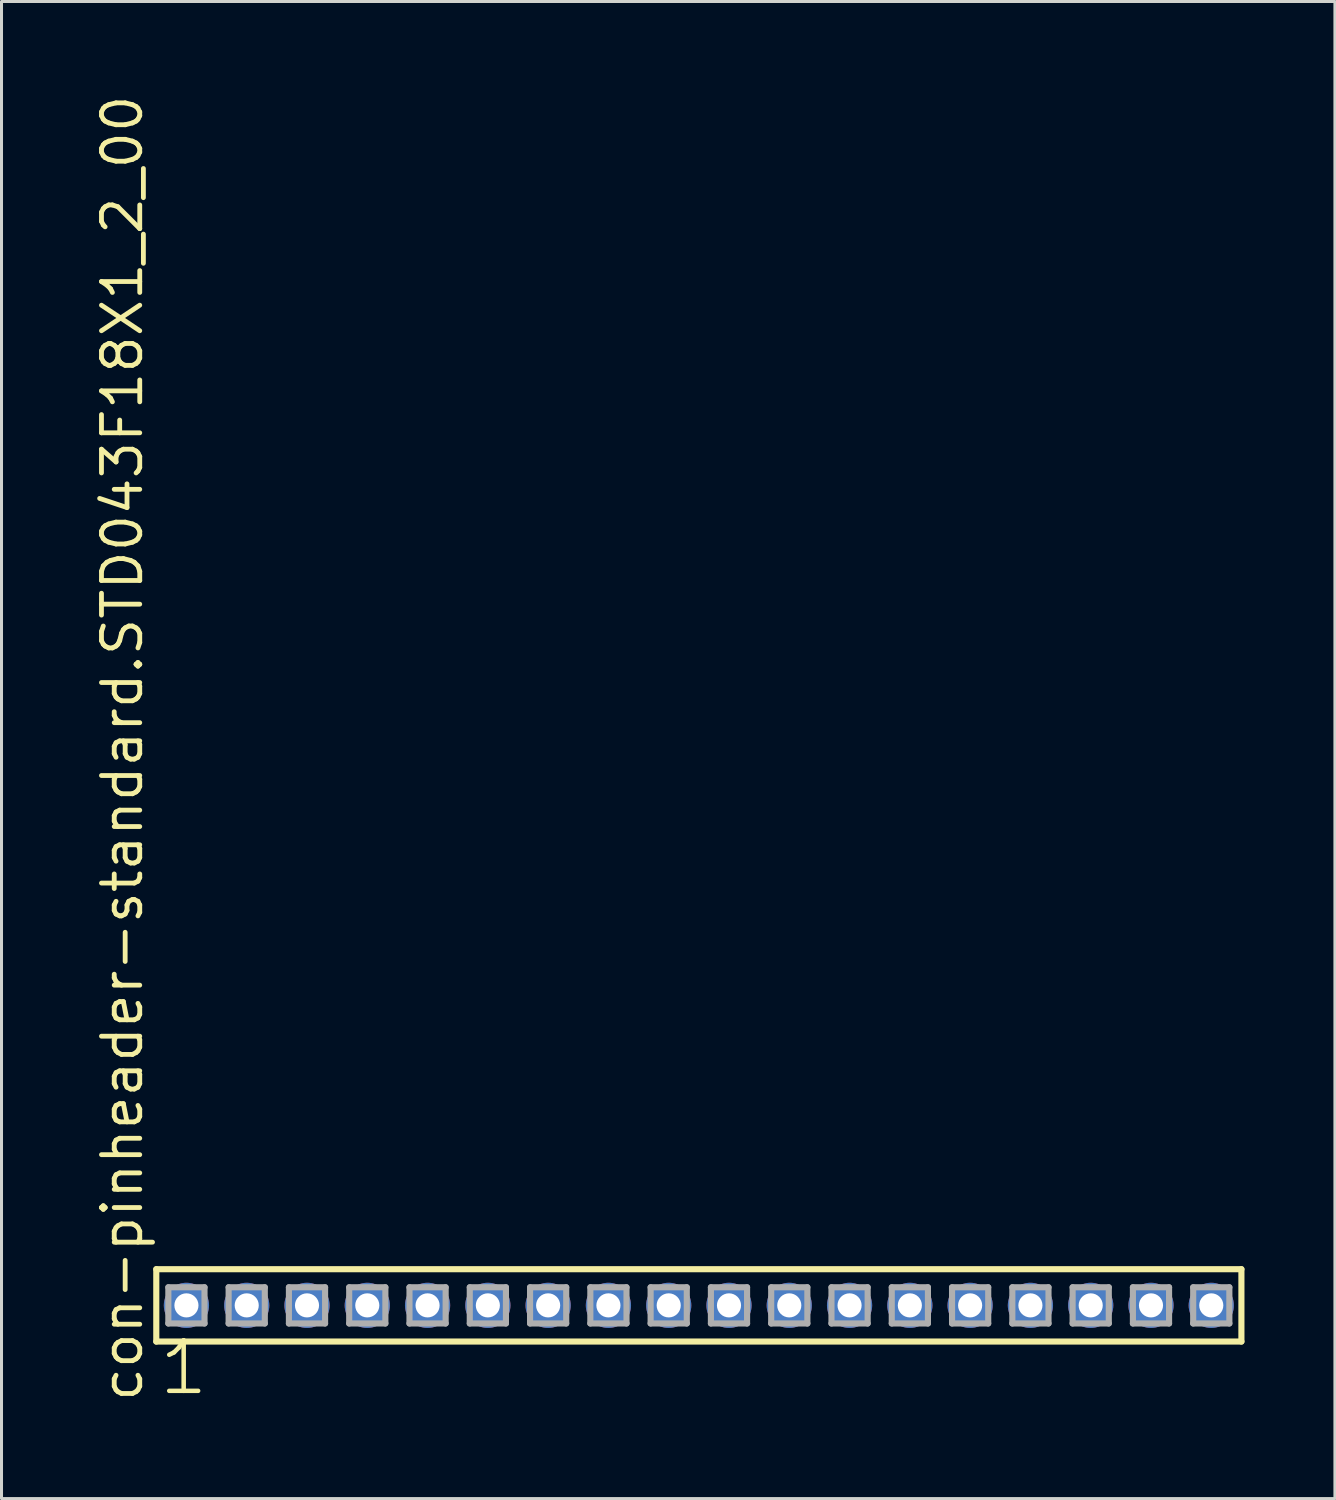
<source format=kicad_pcb>
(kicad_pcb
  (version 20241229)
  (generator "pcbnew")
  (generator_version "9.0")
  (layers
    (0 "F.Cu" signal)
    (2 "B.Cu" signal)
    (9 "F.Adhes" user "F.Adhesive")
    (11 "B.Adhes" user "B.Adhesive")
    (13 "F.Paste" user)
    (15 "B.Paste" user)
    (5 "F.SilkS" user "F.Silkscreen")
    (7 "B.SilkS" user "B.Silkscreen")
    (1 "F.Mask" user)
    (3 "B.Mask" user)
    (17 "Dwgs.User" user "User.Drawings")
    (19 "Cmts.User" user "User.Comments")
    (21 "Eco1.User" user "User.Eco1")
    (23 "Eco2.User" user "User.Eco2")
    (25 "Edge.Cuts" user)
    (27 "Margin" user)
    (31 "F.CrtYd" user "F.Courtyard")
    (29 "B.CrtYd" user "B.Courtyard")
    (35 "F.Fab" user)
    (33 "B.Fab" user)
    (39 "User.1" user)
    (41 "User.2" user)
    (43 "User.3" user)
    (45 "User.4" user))
  (footprint "con-pinheader-standard.STD043F18X1_2_00"
    (layer "F.Cu")
    (at 20.135 40.257)
    (property "Reference" "con-pinheader-standard.STD043F18X1_2_00" (at -18.385 3.27 90) (layer "F.SilkS") (effects (font (size 1.27 1.27) (thickness 0.16)) (justify left bottom)))
    (attr through_hole)
    (fp_line (start -18 -1.2) (end 18 -1.2) (stroke (width 0.203) (type default)) (layer "F.SilkS"))
    (fp_line (start -18 1.2) (end -18 -1.2) (stroke (width 0.203) (type default)) (layer "F.SilkS"))
    (fp_line (start 18 -1.2) (end 18 1.2) (stroke (width 0.203) (type default)) (layer "F.SilkS"))
    (fp_line (start 18 1.2) (end -18 1.2) (stroke (width 0.203) (type default)) (layer "F.SilkS"))
    (fp_line (start -17.6 -0.6) (end -16.4 -0.6) (stroke (width 0.203) (type default)) (layer "F.Fab"))
    (fp_line (start -17.6 0.6) (end -17.6 -0.6) (stroke (width 0.203) (type default)) (layer "F.Fab"))
    (fp_line (start -16.4 -0.6) (end -16.4 0.6) (stroke (width 0.203) (type default)) (layer "F.Fab"))
    (fp_line (start -16.4 0.6) (end -17.6 0.6) (stroke (width 0.203) (type default)) (layer "F.Fab"))
    (fp_line (start -15.6 -0.6) (end -14.4 -0.6) (stroke (width 0.203) (type default)) (layer "F.Fab"))
    (fp_line (start -15.6 0.6) (end -15.6 -0.6) (stroke (width 0.203) (type default)) (layer "F.Fab"))
    (fp_line (start -14.4 -0.6) (end -14.4 0.6) (stroke (width 0.203) (type default)) (layer "F.Fab"))
    (fp_line (start -14.4 0.6) (end -15.6 0.6) (stroke (width 0.203) (type default)) (layer "F.Fab"))
    (fp_line (start -13.6 -0.6) (end -12.4 -0.6) (stroke (width 0.203) (type default)) (layer "F.Fab"))
    (fp_line (start -13.6 0.6) (end -13.6 -0.6) (stroke (width 0.203) (type default)) (layer "F.Fab"))
    (fp_line (start -12.4 -0.6) (end -12.4 0.6) (stroke (width 0.203) (type default)) (layer "F.Fab"))
    (fp_line (start -12.4 0.6) (end -13.6 0.6) (stroke (width 0.203) (type default)) (layer "F.Fab"))
    (fp_line (start -11.6 -0.6) (end -10.4 -0.6) (stroke (width 0.203) (type default)) (layer "F.Fab"))
    (fp_line (start -11.6 0.6) (end -11.6 -0.6) (stroke (width 0.203) (type default)) (layer "F.Fab"))
    (fp_line (start -10.4 -0.6) (end -10.4 0.6) (stroke (width 0.203) (type default)) (layer "F.Fab"))
    (fp_line (start -10.4 0.6) (end -11.6 0.6) (stroke (width 0.203) (type default)) (layer "F.Fab"))
    (fp_line (start -9.6 -0.6) (end -8.4 -0.6) (stroke (width 0.203) (type default)) (layer "F.Fab"))
    (fp_line (start -9.6 0.6) (end -9.6 -0.6) (stroke (width 0.203) (type default)) (layer "F.Fab"))
    (fp_line (start -8.4 -0.6) (end -8.4 0.6) (stroke (width 0.203) (type default)) (layer "F.Fab"))
    (fp_line (start -8.4 0.6) (end -9.6 0.6) (stroke (width 0.203) (type default)) (layer "F.Fab"))
    (fp_line (start -7.6 -0.6) (end -6.4 -0.6) (stroke (width 0.203) (type default)) (layer "F.Fab"))
    (fp_line (start -7.6 0.6) (end -7.6 -0.6) (stroke (width 0.203) (type default)) (layer "F.Fab"))
    (fp_line (start -6.4 -0.6) (end -6.4 0.6) (stroke (width 0.203) (type default)) (layer "F.Fab"))
    (fp_line (start -6.4 0.6) (end -7.6 0.6) (stroke (width 0.203) (type default)) (layer "F.Fab"))
    (fp_line (start -5.6 -0.6) (end -4.4 -0.6) (stroke (width 0.203) (type default)) (layer "F.Fab"))
    (fp_line (start -5.6 0.6) (end -5.6 -0.6) (stroke (width 0.203) (type default)) (layer "F.Fab"))
    (fp_line (start -4.4 -0.6) (end -4.4 0.6) (stroke (width 0.203) (type default)) (layer "F.Fab"))
    (fp_line (start -4.4 0.6) (end -5.6 0.6) (stroke (width 0.203) (type default)) (layer "F.Fab"))
    (fp_line (start -3.6 -0.6) (end -2.4 -0.6) (stroke (width 0.203) (type default)) (layer "F.Fab"))
    (fp_line (start -3.6 0.6) (end -3.6 -0.6) (stroke (width 0.203) (type default)) (layer "F.Fab"))
    (fp_line (start -2.4 -0.6) (end -2.4 0.6) (stroke (width 0.203) (type default)) (layer "F.Fab"))
    (fp_line (start -2.4 0.6) (end -3.6 0.6) (stroke (width 0.203) (type default)) (layer "F.Fab"))
    (fp_line (start -1.6 -0.6) (end -0.4 -0.6) (stroke (width 0.203) (type default)) (layer "F.Fab"))
    (fp_line (start -1.6 0.6) (end -1.6 -0.6) (stroke (width 0.203) (type default)) (layer "F.Fab"))
    (fp_line (start -0.4 -0.6) (end -0.4 0.6) (stroke (width 0.203) (type default)) (layer "F.Fab"))
    (fp_line (start -0.4 0.6) (end -1.6 0.6) (stroke (width 0.203) (type default)) (layer "F.Fab"))
    (fp_line (start 0.4 -0.6) (end 1.6 -0.6) (stroke (width 0.203) (type default)) (layer "F.Fab"))
    (fp_line (start 0.4 0.6) (end 0.4 -0.6) (stroke (width 0.203) (type default)) (layer "F.Fab"))
    (fp_line (start 1.6 -0.6) (end 1.6 0.6) (stroke (width 0.203) (type default)) (layer "F.Fab"))
    (fp_line (start 1.6 0.6) (end 0.4 0.6) (stroke (width 0.203) (type default)) (layer "F.Fab"))
    (fp_line (start 2.4 -0.6) (end 3.6 -0.6) (stroke (width 0.203) (type default)) (layer "F.Fab"))
    (fp_line (start 2.4 0.6) (end 2.4 -0.6) (stroke (width 0.203) (type default)) (layer "F.Fab"))
    (fp_line (start 3.6 -0.6) (end 3.6 0.6) (stroke (width 0.203) (type default)) (layer "F.Fab"))
    (fp_line (start 3.6 0.6) (end 2.4 0.6) (stroke (width 0.203) (type default)) (layer "F.Fab"))
    (fp_line (start 4.4 -0.6) (end 5.6 -0.6) (stroke (width 0.203) (type default)) (layer "F.Fab"))
    (fp_line (start 4.4 0.6) (end 4.4 -0.6) (stroke (width 0.203) (type default)) (layer "F.Fab"))
    (fp_line (start 5.6 -0.6) (end 5.6 0.6) (stroke (width 0.203) (type default)) (layer "F.Fab"))
    (fp_line (start 5.6 0.6) (end 4.4 0.6) (stroke (width 0.203) (type default)) (layer "F.Fab"))
    (fp_line (start 6.4 -0.6) (end 7.6 -0.6) (stroke (width 0.203) (type default)) (layer "F.Fab"))
    (fp_line (start 6.4 0.6) (end 6.4 -0.6) (stroke (width 0.203) (type default)) (layer "F.Fab"))
    (fp_line (start 7.6 -0.6) (end 7.6 0.6) (stroke (width 0.203) (type default)) (layer "F.Fab"))
    (fp_line (start 7.6 0.6) (end 6.4 0.6) (stroke (width 0.203) (type default)) (layer "F.Fab"))
    (fp_line (start 8.4 -0.6) (end 9.6 -0.6) (stroke (width 0.203) (type default)) (layer "F.Fab"))
    (fp_line (start 8.4 0.6) (end 8.4 -0.6) (stroke (width 0.203) (type default)) (layer "F.Fab"))
    (fp_line (start 9.6 -0.6) (end 9.6 0.6) (stroke (width 0.203) (type default)) (layer "F.Fab"))
    (fp_line (start 9.6 0.6) (end 8.4 0.6) (stroke (width 0.203) (type default)) (layer "F.Fab"))
    (fp_line (start 10.4 -0.6) (end 11.6 -0.6) (stroke (width 0.203) (type default)) (layer "F.Fab"))
    (fp_line (start 10.4 0.6) (end 10.4 -0.6) (stroke (width 0.203) (type default)) (layer "F.Fab"))
    (fp_line (start 11.6 -0.6) (end 11.6 0.6) (stroke (width 0.203) (type default)) (layer "F.Fab"))
    (fp_line (start 11.6 0.6) (end 10.4 0.6) (stroke (width 0.203) (type default)) (layer "F.Fab"))
    (fp_line (start 12.4 -0.6) (end 13.6 -0.6) (stroke (width 0.203) (type default)) (layer "F.Fab"))
    (fp_line (start 12.4 0.6) (end 12.4 -0.6) (stroke (width 0.203) (type default)) (layer "F.Fab"))
    (fp_line (start 13.6 -0.6) (end 13.6 0.6) (stroke (width 0.203) (type default)) (layer "F.Fab"))
    (fp_line (start 13.6 0.6) (end 12.4 0.6) (stroke (width 0.203) (type default)) (layer "F.Fab"))
    (fp_line (start 14.4 -0.6) (end 15.6 -0.6) (stroke (width 0.203) (type default)) (layer "F.Fab"))
    (fp_line (start 14.4 0.6) (end 14.4 -0.6) (stroke (width 0.203) (type default)) (layer "F.Fab"))
    (fp_line (start 15.6 -0.6) (end 15.6 0.6) (stroke (width 0.203) (type default)) (layer "F.Fab"))
    (fp_line (start 15.6 0.6) (end 14.4 0.6) (stroke (width 0.203) (type default)) (layer "F.Fab"))
    (fp_line (start 16.4 -0.6) (end 17.6 -0.6) (stroke (width 0.203) (type default)) (layer "F.Fab"))
    (fp_line (start 16.4 0.6) (end 16.4 -0.6) (stroke (width 0.203) (type default)) (layer "F.Fab"))
    (fp_line (start 17.6 -0.6) (end 17.6 0.6) (stroke (width 0.203) (type default)) (layer "F.Fab"))
    (fp_line (start 17.6 0.6) (end 16.4 0.6) (stroke (width 0.203) (type default)) (layer "F.Fab"))
    (fp_text user "1" (at -17.988 3.048 0) (layer "F.SilkS") (effects (font (size 1.676 1.676) (thickness 0.15)) (justify left bottom)))
    (pad "1" thru_hole circle (at -17 0) (size 1.5 1.5) (drill 0.8) (layers "*.Cu" "*.Mask"))
    (pad "2" thru_hole circle (at -15 0) (size 1.5 1.5) (drill 0.8) (layers "*.Cu" "*.Mask"))
    (pad "3" thru_hole circle (at -13 0) (size 1.5 1.5) (drill 0.8) (layers "*.Cu" "*.Mask"))
    (pad "4" thru_hole circle (at -11 0) (size 1.5 1.5) (drill 0.8) (layers "*.Cu" "*.Mask"))
    (pad "5" thru_hole circle (at -9 0) (size 1.5 1.5) (drill 0.8) (layers "*.Cu" "*.Mask"))
    (pad "6" thru_hole circle (at -7 0) (size 1.5 1.5) (drill 0.8) (layers "*.Cu" "*.Mask"))
    (pad "7" thru_hole circle (at -5 0) (size 1.5 1.5) (drill 0.8) (layers "*.Cu" "*.Mask"))
    (pad "8" thru_hole circle (at -3 0) (size 1.5 1.5) (drill 0.8) (layers "*.Cu" "*.Mask"))
    (pad "9" thru_hole circle (at -1 0) (size 1.5 1.5) (drill 0.8) (layers "*.Cu" "*.Mask"))
    (pad "10" thru_hole circle (at 1 0) (size 1.5 1.5) (drill 0.8) (layers "*.Cu" "*.Mask"))
    (pad "11" thru_hole circle (at 3 0) (size 1.5 1.5) (drill 0.8) (layers "*.Cu" "*.Mask"))
    (pad "12" thru_hole circle (at 5 0) (size 1.5 1.5) (drill 0.8) (layers "*.Cu" "*.Mask"))
    (pad "13" thru_hole circle (at 7 0) (size 1.5 1.5) (drill 0.8) (layers "*.Cu" "*.Mask"))
    (pad "14" thru_hole circle (at 9 0) (size 1.5 1.5) (drill 0.8) (layers "*.Cu" "*.Mask"))
    (pad "15" thru_hole circle (at 11 0) (size 1.5 1.5) (drill 0.8) (layers "*.Cu" "*.Mask"))
    (pad "16" thru_hole circle (at 13 0) (size 1.5 1.5) (drill 0.8) (layers "*.Cu" "*.Mask"))
    (pad "17" thru_hole circle (at 15 0) (size 1.5 1.5) (drill 0.8) (layers "*.Cu" "*.Mask"))
    (pad "18" thru_hole circle (at 17 0) (size 1.5 1.5) (drill 0.8) (layers "*.Cu" "*.Mask")))
  (gr_rect
    (start -3 -3)
    (end 41.237 46.666)
    (stroke (width 0.1) (type default))
    (fill no)
    (layer "Edge.Cuts")))
</source>
